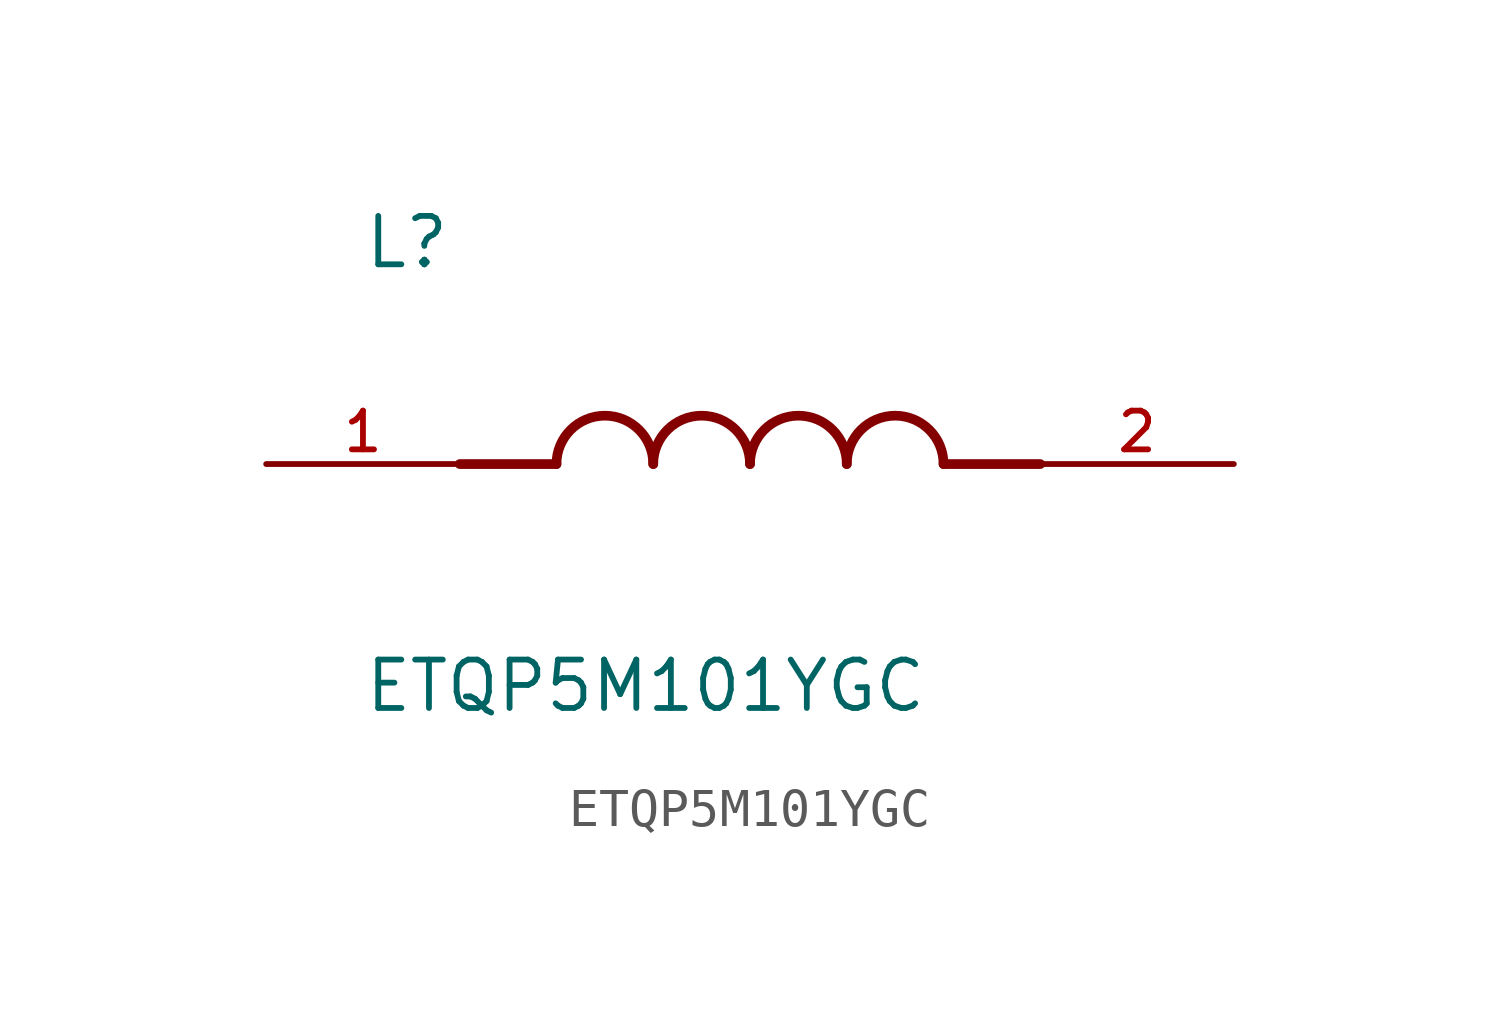
<source format=kicad_sym>
(kicad_symbol_lib
  (version 20211014)
  (generator kicad_symbol_editor)
  (symbol "ETQP5M101YGC"
    (pin_names
      (offset 1.016))
    (property "Reference" "L"
      (at -10.16 5.08 0)
      (effects (font (size 1.27 1.27)) (justify bottom left)))
    (property "Value" "ETQP5M101YGC"
      (at -10.16 -5.08 0)
      (effects (font (size 1.27 1.27)) (justify top left)))
    (symbol "ETQP5M101YGC_0_0"
      (polyline (pts (xy -5.08 0.0) (xy -7.62 0.0)) (stroke (width 0.254)))
      (polyline (pts (xy 5.08 0.0) (xy 7.62 0.0)) (stroke (width 0.254)))
      (arc (start -2.54 0.0) (mid -3.81 1.27) (end -5.08 0.0) (stroke (width 0.254) (type default) (color 0 0 0 0)) (fill (type none)))
      (arc (start 0.0 0.0) (mid -1.27 1.27) (end -2.54 0.0) (stroke (width 0.254) (type default) (color 0 0 0 0)) (fill (type none)))
      (arc (start 2.54 0.0) (mid 1.27 1.27) (end 0.0 0.0) (stroke (width 0.254) (type default) (color 0 0 0 0)) (fill (type none)))
      (arc (start 5.08 0.0) (mid 3.81 1.27) (end 2.54 0.0) (stroke (width 0.254) (type default) (color 0 0 0 0)) (fill (type none)))
      (pin passive line (at -12.7 0.0 0) (length 5.08) (name "~" (effects (font (size 1.016 1.016)))) (number "1" (effects (font (size 1.016 1.016)))))
      (pin passive line (at 12.7 0.0 180.0) (length 5.08) (name "~" (effects (font (size 1.016 1.016)))) (number "2" (effects (font (size 1.016 1.016))))))))
</source>
